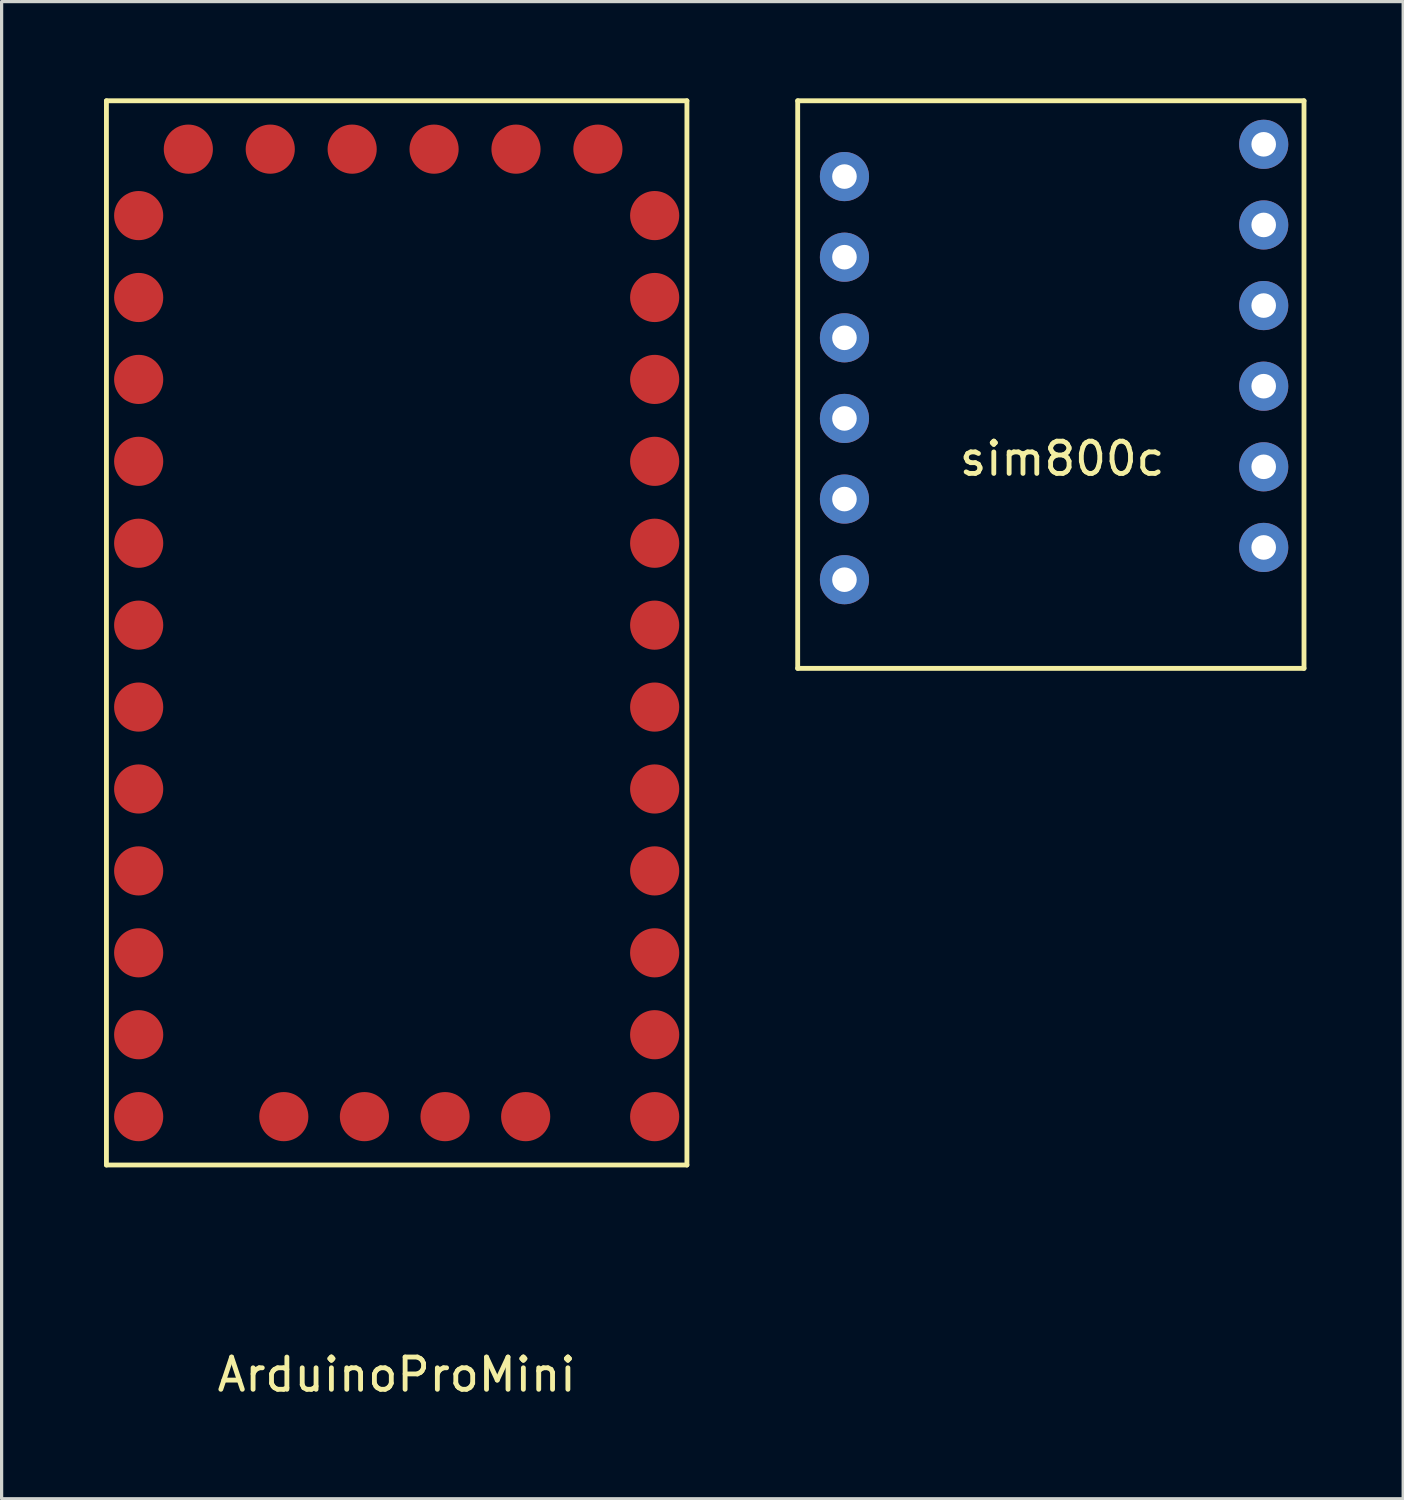
<source format=kicad_pcb>
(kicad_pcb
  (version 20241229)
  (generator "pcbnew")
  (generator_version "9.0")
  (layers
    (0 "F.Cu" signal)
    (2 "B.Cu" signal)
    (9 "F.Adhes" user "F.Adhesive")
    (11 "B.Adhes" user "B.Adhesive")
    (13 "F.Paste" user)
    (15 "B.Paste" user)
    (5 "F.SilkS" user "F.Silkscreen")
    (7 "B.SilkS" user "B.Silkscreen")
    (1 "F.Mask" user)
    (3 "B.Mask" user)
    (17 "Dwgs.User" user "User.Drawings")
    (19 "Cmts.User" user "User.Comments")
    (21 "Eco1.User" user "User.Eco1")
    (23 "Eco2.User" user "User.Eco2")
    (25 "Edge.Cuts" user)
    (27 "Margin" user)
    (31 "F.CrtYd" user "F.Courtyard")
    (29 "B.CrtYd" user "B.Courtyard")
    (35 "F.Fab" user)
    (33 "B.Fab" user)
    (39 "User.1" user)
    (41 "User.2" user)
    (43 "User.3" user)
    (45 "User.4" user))
  (footprint "ArduinoProMini"
    (layer "F.Cu")
    (at 0.25 33.075)
    (property "Reference" "ArduinoProMini" (at 9 6.5 0) (layer "F.SilkS") (effects (font (size 1 1) (thickness 0.15))))
    (attr through_hole)
    (fp_line (start 0 -33) (end 0 0) (stroke (width 0.15) (type solid)) (layer "F.SilkS"))
    (fp_line (start 0 0) (end 18 0) (stroke (width 0.15) (type solid)) (layer "F.SilkS"))
    (fp_line (start 18 -33) (end 0 -33) (stroke (width 0.15) (type solid)) (layer "F.SilkS"))
    (fp_line (start 18 0) (end 18 -33) (stroke (width 0.15) (type solid)) (layer "F.SilkS"))
    (pad "1" smd circle (at 1 -29.44) (size 1.524 1.524) (layers "F.Cu" "F.Mask" "F.Paste"))
    (pad "2" smd circle (at 1 -26.9) (size 1.524 1.524) (layers "F.Cu" "F.Mask" "F.Paste"))
    (pad "3" smd circle (at 1 -24.36) (size 1.524 1.524) (layers "F.Cu" "F.Mask" "F.Paste"))
    (pad "4" smd circle (at 1 -21.82) (size 1.524 1.524) (layers "F.Cu" "F.Mask" "F.Paste"))
    (pad "5" smd circle (at 1 -19.28) (size 1.524 1.524) (layers "F.Cu" "F.Mask" "F.Paste"))
    (pad "6" smd circle (at 1 -16.74) (size 1.524 1.524) (layers "F.Cu" "F.Mask" "F.Paste"))
    (pad "7" smd circle (at 1 -14.2) (size 1.524 1.524) (layers "F.Cu" "F.Mask" "F.Paste"))
    (pad "8" smd circle (at 1 -11.66) (size 1.524 1.524) (layers "F.Cu" "F.Mask" "F.Paste"))
    (pad "9" smd circle (at 1 -9.12) (size 1.524 1.524) (layers "F.Cu" "F.Mask" "F.Paste"))
    (pad "10" smd circle (at 1 -6.58) (size 1.524 1.524) (layers "F.Cu" "F.Mask" "F.Paste"))
    (pad "11" smd circle (at 1 -4.04) (size 1.524 1.524) (layers "F.Cu" "F.Mask" "F.Paste"))
    (pad "12" smd circle (at 1 -1.5) (size 1.524 1.524) (layers "F.Cu" "F.Mask" "F.Paste"))
    (pad "13" smd circle (at 5.5 -1.5) (size 1.524 1.524) (layers "F.Cu" "F.Mask" "F.Paste"))
    (pad "14" smd circle (at 8 -1.5) (size 1.524 1.524) (layers "F.Cu" "F.Mask" "F.Paste"))
    (pad "15" smd circle (at 10.5 -1.5) (size 1.524 1.524) (layers "F.Cu" "F.Mask" "F.Paste"))
    (pad "16" smd circle (at 13 -1.5) (size 1.524 1.524) (layers "F.Cu" "F.Mask" "F.Paste"))
    (pad "17" smd circle (at 17 -1.5) (size 1.524 1.524) (layers "F.Cu" "F.Mask" "F.Paste"))
    (pad "18" smd circle (at 17 -4.04) (size 1.524 1.524) (layers "F.Cu" "F.Mask" "F.Paste"))
    (pad "19" smd circle (at 17 -6.58) (size 1.524 1.524) (layers "F.Cu" "F.Mask" "F.Paste"))
    (pad "20" smd circle (at 17 -9.12) (size 1.524 1.524) (layers "F.Cu" "F.Mask" "F.Paste"))
    (pad "21" smd circle (at 17 -11.66) (size 1.524 1.524) (layers "F.Cu" "F.Mask" "F.Paste"))
    (pad "22" smd circle (at 17 -14.2) (size 1.524 1.524) (layers "F.Cu" "F.Mask" "F.Paste"))
    (pad "23" smd circle (at 17 -16.74) (size 1.524 1.524) (layers "F.Cu" "F.Mask" "F.Paste"))
    (pad "24" smd circle (at 17 -19.28) (size 1.524 1.524) (layers "F.Cu" "F.Mask" "F.Paste"))
    (pad "25" smd circle (at 17 -21.82) (size 1.524 1.524) (layers "F.Cu" "F.Mask" "F.Paste"))
    (pad "26" smd circle (at 17 -24.36) (size 1.524 1.524) (layers "F.Cu" "F.Mask" "F.Paste"))
    (pad "27" smd circle (at 17 -26.9) (size 1.524 1.524) (layers "F.Cu" "F.Mask" "F.Paste"))
    (pad "28" smd circle (at 17 -29.44) (size 1.524 1.524) (layers "F.Cu" "F.Mask" "F.Paste"))
    (pad "29" smd circle (at 15.24 -31.5) (size 1.524 1.524) (layers "F.Cu" "F.Mask" "F.Paste"))
    (pad "30" smd circle (at 12.7 -31.5) (size 1.524 1.524) (layers "F.Cu" "F.Mask" "F.Paste"))
    (pad "31" smd circle (at 10.16 -31.5) (size 1.524 1.524) (layers "F.Cu" "F.Mask" "F.Paste"))
    (pad "32" smd circle (at 7.62 -31.5) (size 1.524 1.524) (layers "F.Cu" "F.Mask" "F.Paste"))
    (pad "33" smd circle (at 5.08 -31.5) (size 1.524 1.524) (layers "F.Cu" "F.Mask" "F.Paste"))
    (pad "34" smd circle (at 2.54 -31.5) (size 1.524 1.524) (layers "F.Cu" "F.Mask" "F.Paste")))
  (footprint "sim800c"
    (layer "F.Cu")
    (at 21.575 17.815)
    (property "Reference" "sim800c" (at 8.31 -6.64 0) (layer "F.SilkS") (effects (font (size 1 1) (thickness 0.15))))
    (attr through_hole)
    (fp_line (start 0.11 -17.74) (end 15.81 -17.74) (stroke (width 0.15) (type solid)) (layer "F.SilkS"))
    (fp_line (start 0.11 -0.14) (end 0.11 -17.74) (stroke (width 0.15) (type solid)) (layer "F.SilkS"))
    (fp_line (start 15.81 -17.74) (end 15.81 -0.14) (stroke (width 0.15) (type solid)) (layer "F.SilkS"))
    (fp_line (start 15.81 -0.14) (end 0.11 -0.14) (stroke (width 0.15) (type solid)) (layer "F.SilkS"))
    (pad "1" thru_hole circle (at 14.56 -3.89 180) (size 1.524 1.524) (drill 0.762) (layers "*.Cu" "*.Mask"))
    (pad "2" thru_hole circle (at 14.56 -6.39 180) (size 1.524 1.524) (drill 0.762) (layers "*.Cu" "*.Mask"))
    (pad "3" thru_hole circle (at 14.56 -8.89 180) (size 1.524 1.524) (drill 0.762) (layers "*.Cu" "*.Mask"))
    (pad "4" thru_hole circle (at 14.56 -11.39 180) (size 1.524 1.524) (drill 0.762) (layers "*.Cu" "*.Mask"))
    (pad "5" thru_hole circle (at 14.56 -13.89 180) (size 1.524 1.524) (drill 0.762) (layers "*.Cu" "*.Mask"))
    (pad "6" thru_hole circle (at 14.56 -16.39 180) (size 1.524 1.524) (drill 0.762) (layers "*.Cu" "*.Mask"))
    (pad "7" thru_hole circle (at 1.56 -15.39) (size 1.524 1.524) (drill 0.762) (layers "*.Cu" "*.Mask"))
    (pad "8" thru_hole circle (at 1.56 -12.89) (size 1.524 1.524) (drill 0.762) (layers "*.Cu" "*.Mask"))
    (pad "9" thru_hole circle (at 1.56 -10.39) (size 1.524 1.524) (drill 0.762) (layers "*.Cu" "*.Mask"))
    (pad "10" thru_hole circle (at 1.56 -7.89) (size 1.524 1.524) (drill 0.762) (layers "*.Cu" "*.Mask"))
    (pad "11" thru_hole circle (at 1.56 -5.39) (size 1.524 1.524) (drill 0.762) (layers "*.Cu" "*.Mask"))
    (pad "12" thru_hole circle (at 1.56 -2.89) (size 1.524 1.524) (drill 0.762) (layers "*.Cu" "*.Mask")))
  (gr_rect
    (start -3 -3)
    (end 40.46 43.423)
    (stroke (width 0.1) (type default))
    (fill no)
    (layer "Edge.Cuts")))
</source>
